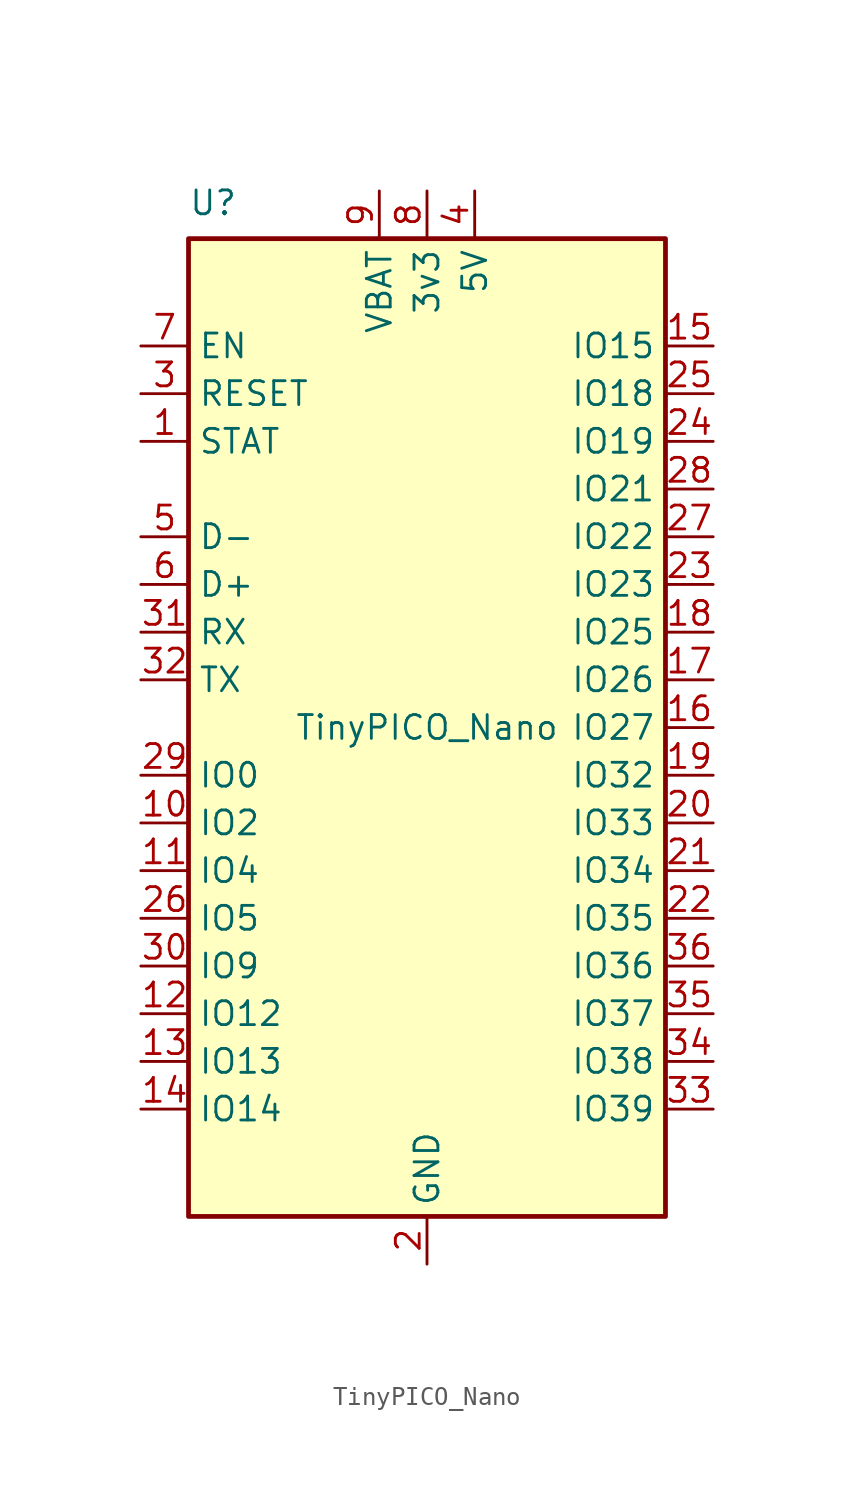
<source format=kicad_sym>
(kicad_symbol_lib
  (version 20201005)
  (generator kicad_symbol_editor)
  (symbol "UnexpectedMaker:TinyPICO_Nano"
    (property "Reference" "U"
      (at -12.7 27.94 0)
      (effects (font (size 1.27 1.27)) (justify left)))
    (property "Value" "TinyPICO_Nano"
      (at 0 0 0)
      (effects (font (size 1.27 1.27))))
    (symbol "TinyPICO_Nano_0_0"
      (pin bidirectional line (at 15.24 0 180) (length 2.54) (name "IO27" (effects (font (size 1.27 1.27)))) (number "16" (effects (font (size 1.27 1.27)))))
      (pin bidirectional line (at 15.24 2.54 180) (length 2.54) (name "IO26" (effects (font (size 1.27 1.27)))) (number "17" (effects (font (size 1.27 1.27)))))
      (pin bidirectional line (at 15.24 5.08 180) (length 2.54) (name "IO25" (effects (font (size 1.27 1.27)))) (number "18" (effects (font (size 1.27 1.27)))))
      (pin bidirectional line (at 15.24 -2.54 180) (length 2.54) (name "IO32" (effects (font (size 1.27 1.27)))) (number "19" (effects (font (size 1.27 1.27)))))
      (pin bidirectional line (at 15.24 -5.08 180) (length 2.54) (name "IO33" (effects (font (size 1.27 1.27)))) (number "20" (effects (font (size 1.27 1.27)))))
      (pin bidirectional line (at 15.24 -7.62 180) (length 2.54) (name "IO34" (effects (font (size 1.27 1.27)))) (number "21" (effects (font (size 1.27 1.27)))))
      (pin bidirectional line (at 15.24 -10.16 180) (length 2.54) (name "IO35" (effects (font (size 1.27 1.27)))) (number "22" (effects (font (size 1.27 1.27)))))
      (pin bidirectional line (at 15.24 7.62 180) (length 2.54) (name "IO23" (effects (font (size 1.27 1.27)))) (number "23" (effects (font (size 1.27 1.27)))))
      (pin bidirectional line (at 15.24 15.24 180) (length 2.54) (name "IO19" (effects (font (size 1.27 1.27)))) (number "24" (effects (font (size 1.27 1.27)))))
      (pin bidirectional line (at 15.24 17.78 180) (length 2.54) (name "IO18" (effects (font (size 1.27 1.27)))) (number "25" (effects (font (size 1.27 1.27)))))
      (pin bidirectional line (at -15.24 -10.16 0) (length 2.54) (name "IO5" (effects (font (size 1.27 1.27)))) (number "26" (effects (font (size 1.27 1.27)))))
      (pin bidirectional line (at 15.24 10.16 180) (length 2.54) (name "IO22" (effects (font (size 1.27 1.27)))) (number "27" (effects (font (size 1.27 1.27)))))
      (pin bidirectional line (at 15.24 12.7 180) (length 2.54) (name "IO21" (effects (font (size 1.27 1.27)))) (number "28" (effects (font (size 1.27 1.27)))))
      (pin bidirectional line (at -15.24 -2.54 0) (length 2.54) (name "IO0" (effects (font (size 1.27 1.27)))) (number "29" (effects (font (size 1.27 1.27)))))
      (pin bidirectional line (at -15.24 -12.7 0) (length 2.54) (name "IO9" (effects (font (size 1.27 1.27)))) (number "30" (effects (font (size 1.27 1.27)))))
      (pin bidirectional line (at -15.24 5.08 0) (length 2.54) (name "RX" (effects (font (size 1.27 1.27)))) (number "31" (effects (font (size 1.27 1.27)))))
      (pin bidirectional line (at -15.24 2.54 0) (length 2.54) (name "TX" (effects (font (size 1.27 1.27)))) (number "32" (effects (font (size 1.27 1.27)))))
      (pin bidirectional line (at 15.24 -20.32 180) (length 2.54) (name "IO39" (effects (font (size 1.27 1.27)))) (number "33" (effects (font (size 1.27 1.27)))))
      (pin bidirectional line (at 15.24 -17.78 180) (length 2.54) (name "IO38" (effects (font (size 1.27 1.27)))) (number "34" (effects (font (size 1.27 1.27)))))
      (pin bidirectional line (at 15.24 -15.24 180) (length 2.54) (name "IO37" (effects (font (size 1.27 1.27)))) (number "35" (effects (font (size 1.27 1.27)))))
      (pin bidirectional line (at 15.24 -12.7 180) (length 2.54) (name "IO36" (effects (font (size 1.27 1.27)))) (number "36" (effects (font (size 1.27 1.27))))))
    (symbol "TinyPICO_Nano_0_1"
      (rectangle (start -12.7 26.035) (end 12.7 -26.035) (stroke (width 0.254)) (fill (type background))))
    (symbol "TinyPICO_Nano_1_1"
      (pin bidirectional line (at -15.24 15.24 0) (length 2.54) (name "STAT" (effects (font (size 1.27 1.27)))) (number "1" (effects (font (size 1.27 1.27)))))
      (pin bidirectional line (at -15.24 -5.08 0) (length 2.54) (name "IO2" (effects (font (size 1.27 1.27)))) (number "10" (effects (font (size 1.27 1.27)))))
      (pin bidirectional line (at -15.24 -7.62 0) (length 2.54) (name "IO4" (effects (font (size 1.27 1.27)))) (number "11" (effects (font (size 1.27 1.27)))))
      (pin bidirectional line (at -15.24 -15.24 0) (length 2.54) (name "IO12" (effects (font (size 1.27 1.27)))) (number "12" (effects (font (size 1.27 1.27)))))
      (pin bidirectional line (at -15.24 -17.78 0) (length 2.54) (name "IO13" (effects (font (size 1.27 1.27)))) (number "13" (effects (font (size 1.27 1.27)))))
      (pin bidirectional line (at -15.24 -20.32 0) (length 2.54) (name "IO14" (effects (font (size 1.27 1.27)))) (number "14" (effects (font (size 1.27 1.27)))))
      (pin bidirectional line (at 15.24 20.32 180) (length 2.54) (name "IO15" (effects (font (size 1.27 1.27)))) (number "15" (effects (font (size 1.27 1.27)))))
      (pin bidirectional line (at 0 -28.575 90) (length 2.54) (name "GND" (effects (font (size 1.27 1.27)))) (number "2" (effects (font (size 1.27 1.27)))))
      (pin bidirectional line (at -15.24 17.78 0) (length 2.54) (name "RESET" (effects (font (size 1.27 1.27)))) (number "3" (effects (font (size 1.27 1.27)))))
      (pin bidirectional line (at 2.54 28.575 270) (length 2.54) (name "5V" (effects (font (size 1.27 1.27)))) (number "4" (effects (font (size 1.27 1.27)))))
      (pin bidirectional line (at -15.24 10.16 0) (length 2.54) (name "D-" (effects (font (size 1.27 1.27)))) (number "5" (effects (font (size 1.27 1.27)))))
      (pin bidirectional line (at -15.24 7.62 0) (length 2.54) (name "D+" (effects (font (size 1.27 1.27)))) (number "6" (effects (font (size 1.27 1.27)))))
      (pin bidirectional line (at -15.24 20.32 0) (length 2.54) (name "EN" (effects (font (size 1.27 1.27)))) (number "7" (effects (font (size 1.27 1.27)))))
      (pin bidirectional line (at 0 28.575 270) (length 2.54) (name "3v3" (effects (font (size 1.27 1.27)))) (number "8" (effects (font (size 1.27 1.27)))))
      (pin bidirectional line (at -2.54 28.575 270) (length 2.54) (name "VBAT" (effects (font (size 1.27 1.27)))) (number "9" (effects (font (size 1.27 1.27))))))))
</source>
